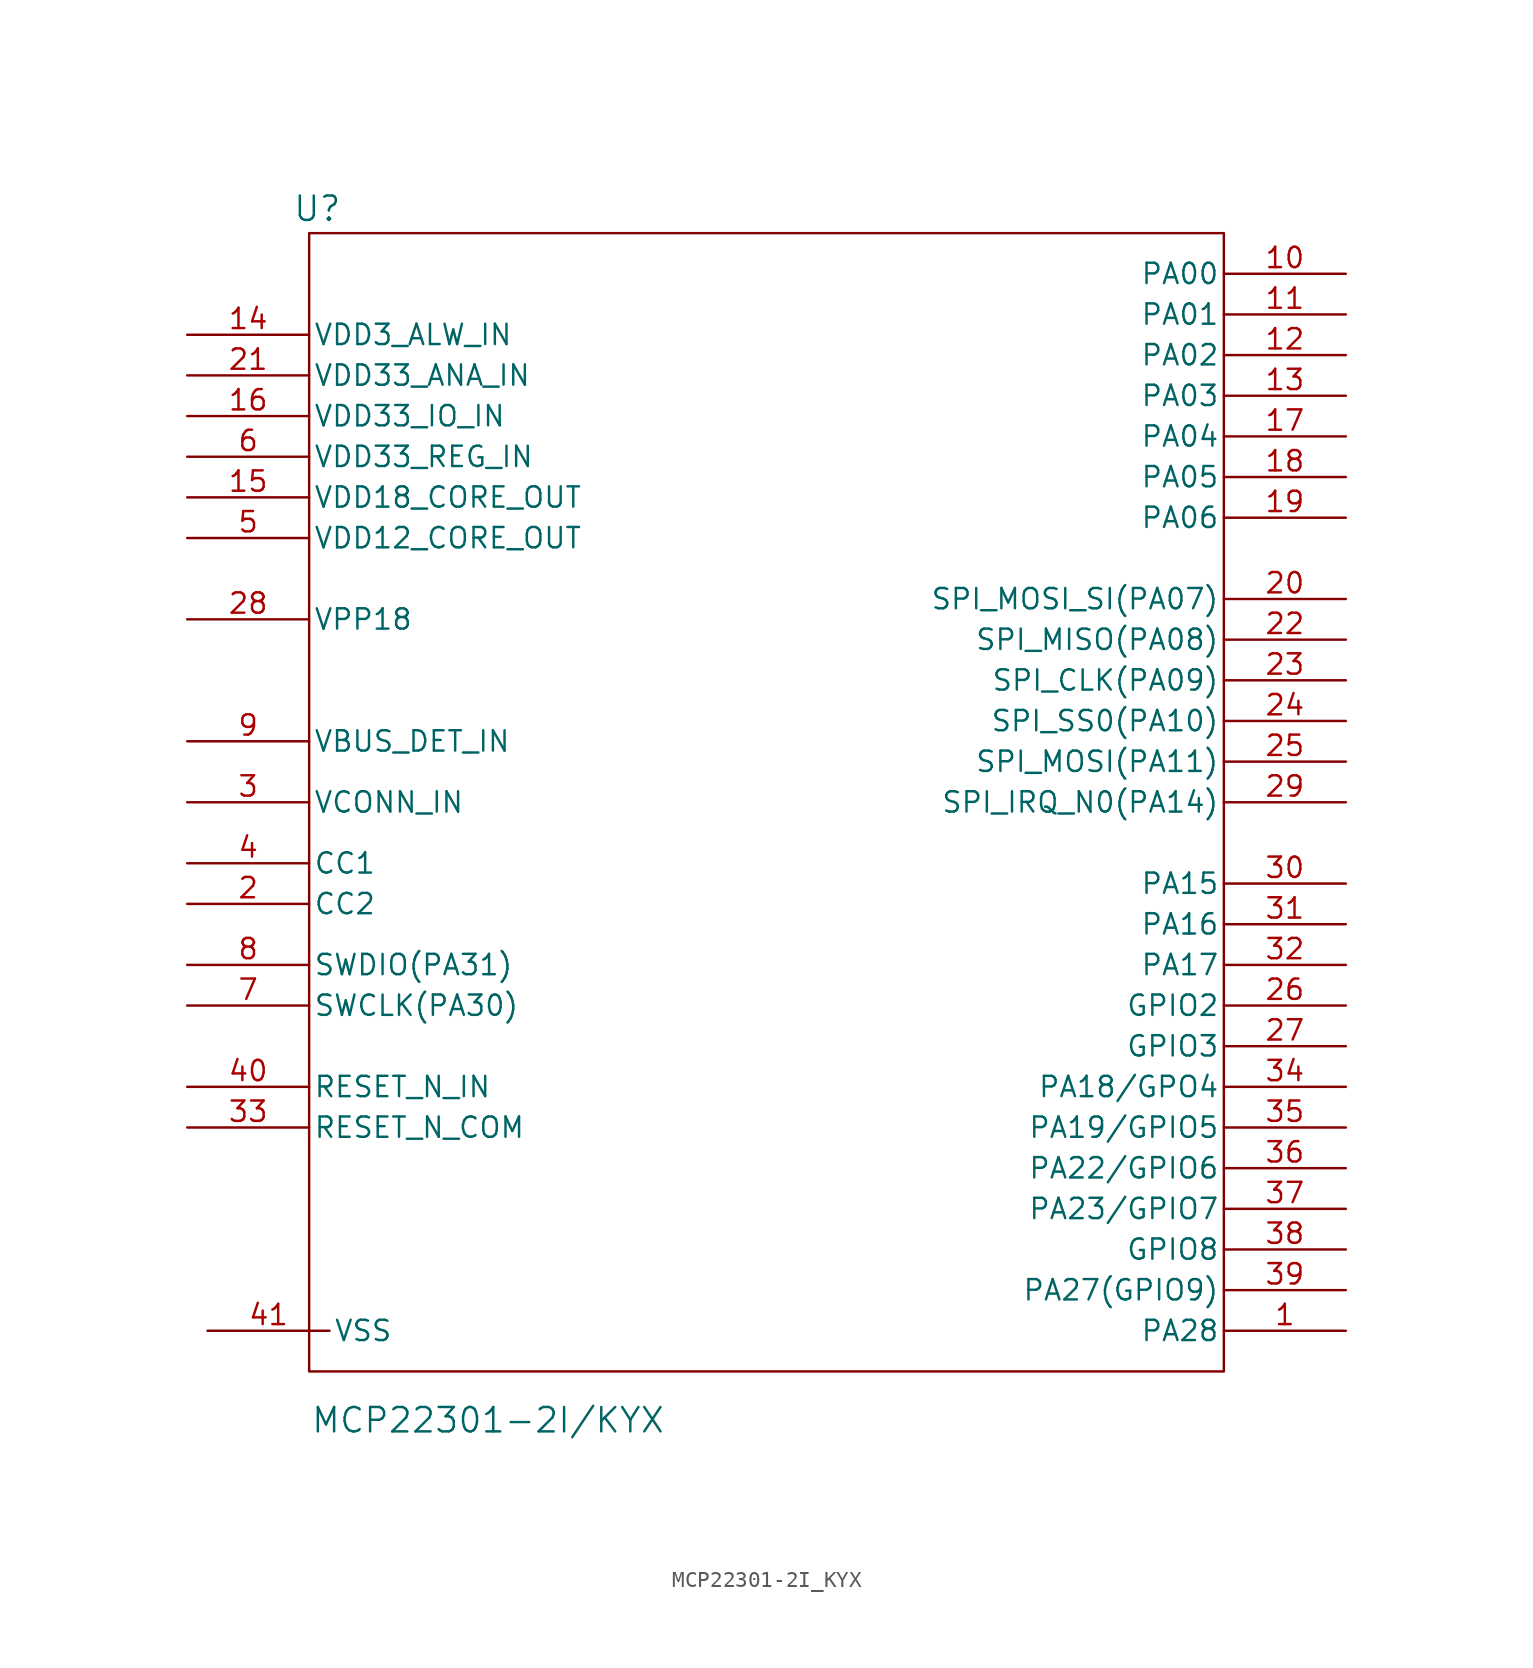
<source format=kicad_sym>
(kicad_symbol_lib
  (version 20241209)
  (generator "kicad_symbol_editor")
  (generator_version "9.0")
  (symbol "MCP22301-2I_KYX"
    (pin_names
      (offset 0.254))
    (property "Reference" "U"
      (at -28.702 37.084 0)
      (effects (font (size 1.524 1.524))))
    (property "Value" "MCP22301-2I/KYX"
      (at -18.034 -38.608 0)
      (effects (font (size 1.524 1.524))))
    (property "ki_locked" ""
      (at 0 0 0)
      (effects (font (size 1.27 1.27))))
    (symbol "MCP22301-2I_KYX_0_1"
      (pin power_in line (at -36.83 29.21 0) (length 7.62) (name "VDD3_ALW_IN" (effects (font (size 1.27 1.27)))) (number "14" (effects (font (size 1.27 1.27)))))
      (pin power_in line (at -36.83 26.67 0) (length 7.62) (name "VDD33_ANA_IN" (effects (font (size 1.27 1.27)))) (number "21" (effects (font (size 1.27 1.27)))))
      (pin power_in line (at -36.83 24.13 0) (length 7.62) (name "VDD33_IO_IN" (effects (font (size 1.27 1.27)))) (number "16" (effects (font (size 1.27 1.27)))))
      (pin power_in line (at -36.83 21.59 0) (length 7.62) (name "VDD33_REG_IN" (effects (font (size 1.27 1.27)))) (number "6" (effects (font (size 1.27 1.27)))))
      (pin power_in line (at -36.83 19.05 0) (length 7.62) (name "VDD18_CORE_OUT" (effects (font (size 1.27 1.27)))) (number "15" (effects (font (size 1.27 1.27)))))
      (pin power_in line (at -36.83 16.51 0) (length 7.62) (name "VDD12_CORE_OUT" (effects (font (size 1.27 1.27)))) (number "5" (effects (font (size 1.27 1.27)))))
      (pin power_in line (at -36.83 11.43 0) (length 7.62) (name "VPP18" (effects (font (size 1.27 1.27)))) (number "28" (effects (font (size 1.27 1.27)))))
      (pin unspecified line (at -36.83 3.81 0) (length 7.62) (name "VBUS_DET_IN" (effects (font (size 1.27 1.27)))) (number "9" (effects (font (size 1.27 1.27)))))
      (pin power_in line (at -36.83 0 0) (length 7.62) (name "VCONN_IN" (effects (font (size 1.27 1.27)))) (number "3" (effects (font (size 1.27 1.27)))))
      (pin unspecified line (at -36.83 -3.81 0) (length 7.62) (name "CC1" (effects (font (size 1.27 1.27)))) (number "4" (effects (font (size 1.27 1.27)))))
      (pin unspecified line (at -36.83 -6.35 0) (length 7.62) (name "CC2" (effects (font (size 1.27 1.27)))) (number "2" (effects (font (size 1.27 1.27)))))
      (pin bidirectional line (at -36.83 -10.16 0) (length 7.62) (name "SWDIO(PA31)" (effects (font (size 1.27 1.27)))) (number "8" (effects (font (size 1.27 1.27)))))
      (pin bidirectional line (at -36.83 -12.7 0) (length 7.62) (name "SWCLK(PA30)" (effects (font (size 1.27 1.27)))) (number "7" (effects (font (size 1.27 1.27)))))
      (pin input line (at -36.83 -17.78 0) (length 7.62) (name "RESET_N_IN" (effects (font (size 1.27 1.27)))) (number "40" (effects (font (size 1.27 1.27)))))
      (pin input line (at -36.83 -20.32 0) (length 7.62) (name "RESET_N_COM" (effects (font (size 1.27 1.27)))) (number "33" (effects (font (size 1.27 1.27)))))
      (pin power_out line (at -35.56 -33.02 0) (length 7.62) (name "VSS" (effects (font (size 1.27 1.27)))) (number "41" (effects (font (size 1.27 1.27)))))
      (pin bidirectional line (at 35.56 33.02 180) (length 7.62) (name "PA00" (effects (font (size 1.27 1.27)))) (number "10" (effects (font (size 1.27 1.27)))))
      (pin bidirectional line (at 35.56 30.48 180) (length 7.62) (name "PA01" (effects (font (size 1.27 1.27)))) (number "11" (effects (font (size 1.27 1.27)))))
      (pin bidirectional line (at 35.56 27.94 180) (length 7.62) (name "PA02" (effects (font (size 1.27 1.27)))) (number "12" (effects (font (size 1.27 1.27)))))
      (pin bidirectional line (at 35.56 25.4 180) (length 7.62) (name "PA03" (effects (font (size 1.27 1.27)))) (number "13" (effects (font (size 1.27 1.27)))))
      (pin bidirectional line (at 35.56 22.86 180) (length 7.62) (name "PA04" (effects (font (size 1.27 1.27)))) (number "17" (effects (font (size 1.27 1.27)))))
      (pin bidirectional line (at 35.56 20.32 180) (length 7.62) (name "PA05" (effects (font (size 1.27 1.27)))) (number "18" (effects (font (size 1.27 1.27)))))
      (pin bidirectional line (at 35.56 17.78 180) (length 7.62) (name "PA06" (effects (font (size 1.27 1.27)))) (number "19" (effects (font (size 1.27 1.27)))))
      (pin bidirectional line (at 35.56 12.7 180) (length 7.62) (name "SPI_MOSI_SI(PA07)" (effects (font (size 1.27 1.27)))) (number "20" (effects (font (size 1.27 1.27)))))
      (pin bidirectional line (at 35.56 10.16 180) (length 7.62) (name "SPI_MISO(PA08)" (effects (font (size 1.27 1.27)))) (number "22" (effects (font (size 1.27 1.27)))))
      (pin bidirectional line (at 35.56 7.62 180) (length 7.62) (name "SPI_CLK(PA09)" (effects (font (size 1.27 1.27)))) (number "23" (effects (font (size 1.27 1.27)))))
      (pin bidirectional line (at 35.56 5.08 180) (length 7.62) (name "SPI_SS0(PA10)" (effects (font (size 1.27 1.27)))) (number "24" (effects (font (size 1.27 1.27)))))
      (pin bidirectional line (at 35.56 2.54 180) (length 7.62) (name "SPI_MOSI(PA11)" (effects (font (size 1.27 1.27)))) (number "25" (effects (font (size 1.27 1.27)))))
      (pin bidirectional line (at 35.56 0 180) (length 7.62) (name "SPI_IRQ_N0(PA14)" (effects (font (size 1.27 1.27)))) (number "29" (effects (font (size 1.27 1.27)))))
      (pin bidirectional line (at 35.56 -5.08 180) (length 7.62) (name "PA15" (effects (font (size 1.27 1.27)))) (number "30" (effects (font (size 1.27 1.27)))))
      (pin bidirectional line (at 35.56 -7.62 180) (length 7.62) (name "PA16" (effects (font (size 1.27 1.27)))) (number "31" (effects (font (size 1.27 1.27)))))
      (pin bidirectional line (at 35.56 -10.16 180) (length 7.62) (name "PA17" (effects (font (size 1.27 1.27)))) (number "32" (effects (font (size 1.27 1.27)))))
      (pin bidirectional line (at 35.56 -12.7 180) (length 7.62) (name "GPIO2" (effects (font (size 1.27 1.27)))) (number "26" (effects (font (size 1.27 1.27)))))
      (pin bidirectional line (at 35.56 -15.24 180) (length 7.62) (name "GPIO3" (effects (font (size 1.27 1.27)))) (number "27" (effects (font (size 1.27 1.27)))))
      (pin bidirectional line (at 35.56 -17.78 180) (length 7.62) (name "PA18/GPO4" (effects (font (size 1.27 1.27)))) (number "34" (effects (font (size 1.27 1.27)))))
      (pin bidirectional line (at 35.56 -20.32 180) (length 7.62) (name "PA19/GPIO5" (effects (font (size 1.27 1.27)))) (number "35" (effects (font (size 1.27 1.27)))))
      (pin bidirectional line (at 35.56 -22.86 180) (length 7.62) (name "PA22/GPIO6" (effects (font (size 1.27 1.27)))) (number "36" (effects (font (size 1.27 1.27)))))
      (pin bidirectional line (at 35.56 -25.4 180) (length 7.62) (name "PA23/GPIO7" (effects (font (size 1.27 1.27)))) (number "37" (effects (font (size 1.27 1.27)))))
      (pin bidirectional line (at 35.56 -27.94 180) (length 7.62) (name "GPIO8" (effects (font (size 1.27 1.27)))) (number "38" (effects (font (size 1.27 1.27)))))
      (pin bidirectional line (at 35.56 -30.48 180) (length 7.62) (name "PA27(GPIO9)" (effects (font (size 1.27 1.27)))) (number "39" (effects (font (size 1.27 1.27)))))
      (pin bidirectional line (at 35.56 -33.02 180) (length 7.62) (name "PA28" (effects (font (size 1.27 1.27)))) (number "1" (effects (font (size 1.27 1.27))))))
    (symbol "MCP22301-2I_KYX_1_1"
      (rectangle (start -29.21 35.56) (end 27.94 -35.56) (stroke (width 0) (type default)) (fill (type none))))))
</source>
